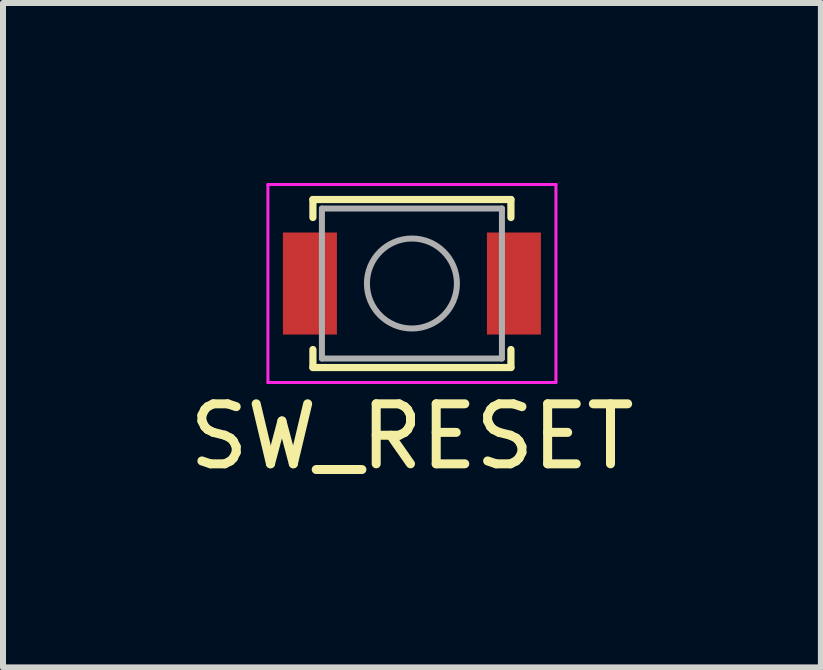
<source format=kicad_pcb>
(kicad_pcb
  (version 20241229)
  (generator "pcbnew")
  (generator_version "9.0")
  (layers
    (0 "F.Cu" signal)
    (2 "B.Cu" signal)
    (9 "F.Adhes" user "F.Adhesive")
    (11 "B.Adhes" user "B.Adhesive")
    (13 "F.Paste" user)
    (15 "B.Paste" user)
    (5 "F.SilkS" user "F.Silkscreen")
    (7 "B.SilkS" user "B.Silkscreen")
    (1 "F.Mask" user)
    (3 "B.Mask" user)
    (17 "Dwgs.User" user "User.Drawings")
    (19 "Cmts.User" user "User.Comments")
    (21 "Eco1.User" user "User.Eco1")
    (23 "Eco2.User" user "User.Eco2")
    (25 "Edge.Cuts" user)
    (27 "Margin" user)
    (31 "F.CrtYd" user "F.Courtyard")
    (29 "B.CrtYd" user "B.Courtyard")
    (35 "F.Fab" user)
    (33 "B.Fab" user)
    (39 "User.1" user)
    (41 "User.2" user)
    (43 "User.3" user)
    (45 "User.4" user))
  (footprint "SW_RESET"
    (layer "F.Cu")
    (at 3.815 1.675)
    (property "Reference" "SW_RESET" (at 0 2.55 0) (layer "F.SilkS") (effects (font (size 1 1) (thickness 0.15))))
    (attr smd)
    (fp_line (start -1.65 -1.4) (end 1.65 -1.4) (stroke (width 0.12) (type solid)) (layer "F.SilkS"))
    (fp_line (start -1.65 -1.1) (end -1.65 -1.4) (stroke (width 0.12) (type solid)) (layer "F.SilkS"))
    (fp_line (start -1.65 1.1) (end -1.65 1.4) (stroke (width 0.12) (type solid)) (layer "F.SilkS"))
    (fp_line (start -1.65 1.4) (end 1.65 1.4) (stroke (width 0.12) (type solid)) (layer "F.SilkS"))
    (fp_line (start 1.65 -1.4) (end 1.65 -1.1) (stroke (width 0.12) (type solid)) (layer "F.SilkS"))
    (fp_line (start 1.65 1.4) (end 1.65 1.1) (stroke (width 0.12) (type solid)) (layer "F.SilkS"))
    (fp_line (start -2.4 -1.65) (end -2.4 1.65) (stroke (width 0.05) (type solid)) (layer "F.CrtYd"))
    (fp_line (start -2.4 1.65) (end 2.4 1.65) (stroke (width 0.05) (type solid)) (layer "F.CrtYd"))
    (fp_line (start 2.4 -1.65) (end -2.4 -1.65) (stroke (width 0.05) (type solid)) (layer "F.CrtYd"))
    (fp_line (start 2.4 1.65) (end 2.4 -1.65) (stroke (width 0.05) (type solid)) (layer "F.CrtYd"))
    (fp_line (start -1.5 -1.25) (end 1.5 -1.25) (stroke (width 0.1) (type solid)) (layer "F.Fab"))
    (fp_line (start -1.5 1.25) (end -1.5 -1.25) (stroke (width 0.1) (type solid)) (layer "F.Fab"))
    (fp_line (start 1.5 -1.25) (end 1.5 1.25) (stroke (width 0.1) (type solid)) (layer "F.Fab"))
    (fp_line (start 1.5 1.25) (end -1.5 1.25) (stroke (width 0.1) (type solid)) (layer "F.Fab"))
    (fp_circle (center 0 0) (end 0.75 0) (stroke (width 0.1) (type solid)) (fill no) (layer "F.Fab"))
    (pad "1" smd rect (at -1.7 0) (size 0.9 1.7) (layers "F.Cu" "F.Mask" "F.Paste"))
    (pad "2" smd rect (at 1.7 0) (size 0.9 1.7) (layers "F.Cu" "F.Mask" "F.Paste")))
  (gr_rect
    (start -3 -3)
    (end 10.631 8.073)
    (stroke (width 0.1) (type default))
    (fill no)
    (layer "Edge.Cuts")))
</source>
